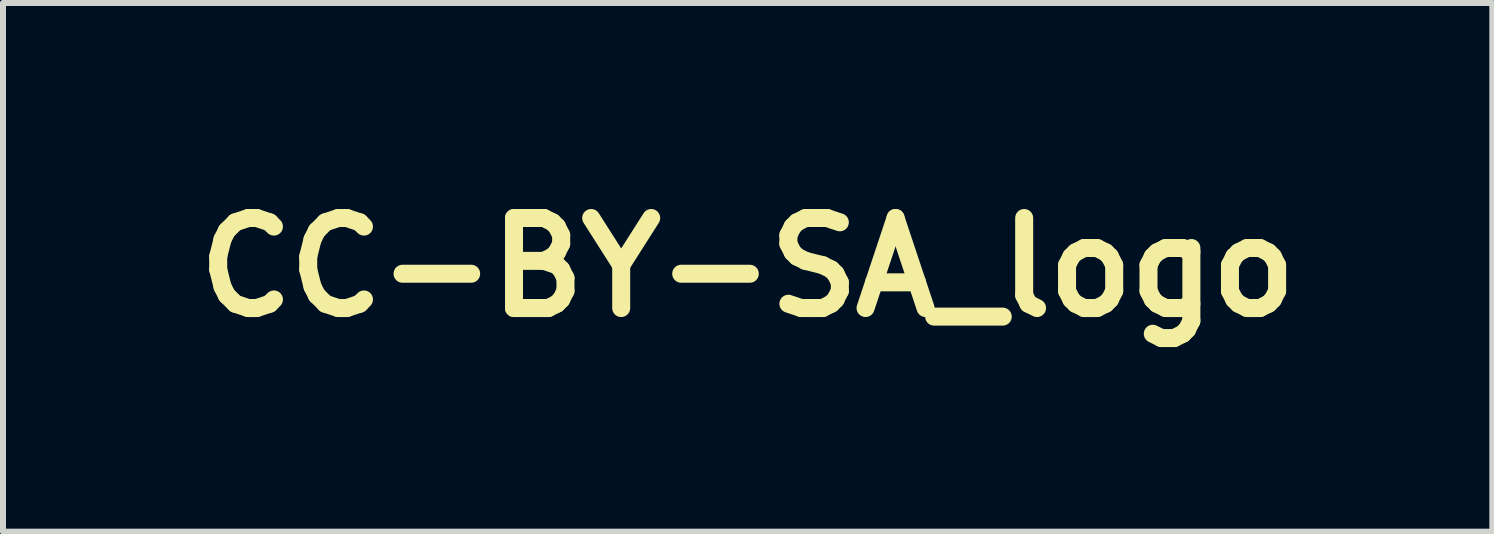
<source format=kicad_pcb>
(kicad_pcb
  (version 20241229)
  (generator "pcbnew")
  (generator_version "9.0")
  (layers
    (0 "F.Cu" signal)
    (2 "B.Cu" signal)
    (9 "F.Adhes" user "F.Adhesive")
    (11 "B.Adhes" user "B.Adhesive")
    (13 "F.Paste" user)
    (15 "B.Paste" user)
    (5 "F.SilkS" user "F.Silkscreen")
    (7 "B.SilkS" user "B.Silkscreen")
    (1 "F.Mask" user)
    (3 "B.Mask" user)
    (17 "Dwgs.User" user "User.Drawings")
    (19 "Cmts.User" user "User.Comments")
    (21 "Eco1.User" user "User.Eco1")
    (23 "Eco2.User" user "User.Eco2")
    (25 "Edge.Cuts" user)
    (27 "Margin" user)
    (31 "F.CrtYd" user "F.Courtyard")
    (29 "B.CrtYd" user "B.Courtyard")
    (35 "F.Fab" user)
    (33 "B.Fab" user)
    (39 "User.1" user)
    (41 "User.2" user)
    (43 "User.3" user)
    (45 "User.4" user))
  (footprint "CC-BY-SA_logo"
    (layer "F.Cu")
    (at 9.407 1.404)
    (property "Reference" "CC-BY-SA_logo" (at 0 0 0) (layer "F.SilkS") (effects (font (size 1.5 1.5) (thickness 0.3))))
    (attr board_only exclude_from_pos_files exclude_from_bom)
    (fp_poly (pts (xy 0.419 0.722) (xy 0.383 0.786) (xy 0.364 0.836) (xy 0.357 0.883) (xy 0.357 0.892) (xy 0.355 0.935) (xy 0.347 0.956) (xy 0.328 0.962) (xy 0.318 0.962) (xy 0.293 0.959) (xy 0.282 0.943) (xy 0.279 0.905) (xy 0.279 0.9) (xy 0.272 0.851) (xy 0.249 0.793) (xy 0.217 0.737) (xy 0.188 0.688) (xy 0.166 0.65) (xy 0.155 0.629) (xy 0.155 0.628) (xy 0.168 0.622) (xy 0.194 0.621) (xy 0.225 0.63) (xy 0.256 0.661) (xy 0.273 0.686) (xy 0.314 0.751) (xy 0.353 0.686) (xy 0.381 0.644) (xy 0.408 0.625) (xy 0.436 0.621) (xy 0.481 0.621)) (stroke (width 0) (type solid)) (fill yes) (layer "F.Mask"))
    (fp_poly (pts (xy 1.498 0.624) (xy 1.54 0.646) (xy 1.564 0.68) (xy 1.567 0.701) (xy 1.557 0.724) (xy 1.531 0.728) (xy 1.5 0.712) (xy 1.485 0.698) (xy 1.449 0.671) (xy 1.415 0.674) (xy 1.396 0.691) (xy 1.385 0.712) (xy 1.394 0.729) (xy 1.428 0.745) (xy 1.479 0.76) (xy 1.537 0.783) (xy 1.57 0.816) (xy 1.582 0.864) (xy 1.583 0.875) (xy 1.569 0.917) (xy 1.533 0.948) (xy 1.482 0.966) (xy 1.424 0.968) (xy 1.367 0.952) (xy 1.365 0.951) (xy 1.326 0.923) (xy 1.306 0.894) (xy 1.306 0.869) (xy 1.328 0.855) (xy 1.341 0.853) (xy 1.373 0.861) (xy 1.381 0.876) (xy 1.394 0.898) (xy 1.427 0.911) (xy 1.467 0.91) (xy 1.474 0.908) (xy 1.504 0.89) (xy 1.505 0.868) (xy 1.48 0.843) (xy 1.431 0.82) (xy 1.419 0.816) (xy 1.354 0.788) (xy 1.318 0.752) (xy 1.311 0.709) (xy 1.321 0.676) (xy 1.351 0.64) (xy 1.396 0.62) (xy 1.448 0.615)) (stroke (width 0) (type solid)) (fill yes) (layer "F.Mask"))
    (fp_poly (pts (xy 1.785 0.623) (xy 1.801 0.633) (xy 1.816 0.655) (xy 1.834 0.696) (xy 1.858 0.759) (xy 1.866 0.78) (xy 1.89 0.845) (xy 1.909 0.9) (xy 1.921 0.937) (xy 1.924 0.95) (xy 1.911 0.959) (xy 1.887 0.962) (xy 1.855 0.952) (xy 1.84 0.923) (xy 1.829 0.898) (xy 1.807 0.887) (xy 1.768 0.884) (xy 1.725 0.888) (xy 1.7 0.903) (xy 1.688 0.923) (xy 1.66 0.956) (xy 1.634 0.962) (xy 1.606 0.96) (xy 1.598 0.956) (xy 1.603 0.939) (xy 1.616 0.905) (xy 1.619 0.898) (xy 1.635 0.857) (xy 1.656 0.803) (xy 1.733 0.803) (xy 1.736 0.819) (xy 1.757 0.822) (xy 1.764 0.822) (xy 1.791 0.818) (xy 1.794 0.8) (xy 1.791 0.787) (xy 1.775 0.743) (xy 1.763 0.729) (xy 1.751 0.743) (xy 1.742 0.767) (xy 1.733 0.803) (xy 1.656 0.803) (xy 1.658 0.799) (xy 1.681 0.737) (xy 1.683 0.733) (xy 1.705 0.676) (xy 1.723 0.642) (xy 1.739 0.626) (xy 1.76 0.621) (xy 1.766 0.621)) (stroke (width 0) (type solid)) (fill yes) (layer "F.Mask"))
    (fp_poly (pts (xy 0.016 0.624) (xy 0.065 0.633) (xy 0.084 0.641) (xy 0.103 0.668) (xy 0.112 0.704) (xy 0.109 0.738) (xy 0.095 0.757) (xy 0.09 0.772) (xy 0.109 0.802) (xy 0.134 0.842) (xy 0.136 0.875) (xy 0.113 0.914) (xy 0.107 0.921) (xy 0.088 0.942) (xy 0.066 0.955) (xy 0.033 0.96) (xy -0.021 0.962) (xy -0.04 0.962) (xy -0.155 0.962) (xy -0.155 0.853) (xy -0.078 0.853) (xy -0.075 0.884) (xy -0.061 0.897) (xy -0.028 0.9) (xy -0.017 0.9) (xy 0.029 0.894) (xy 0.052 0.877) (xy 0.053 0.873) (xy 0.051 0.843) (xy 0.025 0.82) (xy -0.02 0.808) (xy -0.034 0.807) (xy -0.065 0.811) (xy -0.076 0.83) (xy -0.078 0.853) (xy -0.155 0.853) (xy -0.155 0.791) (xy -0.155 0.722) (xy -0.078 0.722) (xy -0.072 0.75) (xy -0.05 0.76) (xy -0.033 0.76) (xy 0.006 0.753) (xy 0.03 0.738) (xy 0.042 0.71) (xy 0.026 0.691) (xy -0.017 0.683) (xy -0.024 0.683) (xy -0.061 0.686) (xy -0.075 0.699) (xy -0.078 0.722) (xy -0.155 0.722) (xy -0.155 0.621) (xy -0.05 0.621)) (stroke (width 0) (type solid)) (fill yes) (layer "F.Mask"))
    (fp_poly (pts (xy 0.263 -0.792) (xy 0.337 -0.778) (xy 0.419 -0.741) (xy 0.5 -0.682) (xy 0.572 -0.608) (xy 0.627 -0.526) (xy 0.654 -0.461) (xy 0.674 -0.338) (xy 0.666 -0.22) (xy 0.633 -0.111) (xy 0.577 -0.014) (xy 0.501 0.067) (xy 0.406 0.13) (xy 0.296 0.169) (xy 0.202 0.181) (xy 0.126 0.182) (xy 0.065 0.174) (xy 0.006 0.155) (xy 0.003 0.154) (xy -0.099 0.098) (xy -0.184 0.018) (xy -0.25 -0.079) (xy -0.293 -0.189) (xy -0.31 -0.306) (xy -0.31 -0.315) (xy -0.307 -0.339) (xy 0.016 -0.339) (xy 0.016 -0.279) (xy 0.019 -0.242) (xy 0.027 -0.224) (xy 0.041 -0.216) (xy 0.05 -0.214) (xy 0.067 -0.21) (xy 0.077 -0.199) (xy 0.084 -0.175) (xy 0.087 -0.131) (xy 0.09 -0.066) (xy 0.094 0.078) (xy 0.187 0.078) (xy 0.279 0.078) (xy 0.279 -0.07) (xy 0.28 -0.138) (xy 0.282 -0.182) (xy 0.287 -0.205) (xy 0.296 -0.215) (xy 0.31 -0.217) (xy 0.325 -0.22) (xy 0.335 -0.231) (xy 0.339 -0.258) (xy 0.341 -0.306) (xy 0.341 -0.347) (xy 0.34 -0.414) (xy 0.336 -0.456) (xy 0.328 -0.478) (xy 0.317 -0.487) (xy 0.283 -0.494) (xy 0.232 -0.497) (xy 0.172 -0.496) (xy 0.113 -0.493) (xy 0.065 -0.488) (xy 0.037 -0.48) (xy 0.034 -0.478) (xy 0.024 -0.452) (xy 0.018 -0.401) (xy 0.016 -0.339) (xy -0.307 -0.339) (xy -0.296 -0.422) (xy -0.254 -0.527) (xy -0.193 -0.618) (xy 0.105 -0.618) (xy 0.113 -0.577) (xy 0.138 -0.544) (xy 0.177 -0.528) (xy 0.184 -0.528) (xy 0.213 -0.537) (xy 0.235 -0.553) (xy 0.259 -0.591) (xy 0.259 -0.631) (xy 0.239 -0.667) (xy 0.206 -0.689) (xy 0.163 -0.691) (xy 0.147 -0.685) (xy 0.115 -0.657) (xy 0.105 -0.618) (xy -0.193 -0.618) (xy -0.19 -0.622) (xy -0.108 -0.702) (xy -0.012 -0.76) (xy -0.01 -0.761) (xy 0.07 -0.785) (xy 0.165 -0.795)) (stroke (width 0) (type solid)) (fill yes) (layer "F.Mask"))
    (fp_poly (pts (xy 1.744 -0.792) (xy 1.858 -0.758) (xy 1.957 -0.701) (xy 2.039 -0.624) (xy 2.101 -0.53) (xy 2.141 -0.426) (xy 2.156 -0.313) (xy 2.144 -0.198) (xy 2.125 -0.132) (xy 2.07 -0.029) (xy 1.993 0.056) (xy 1.899 0.122) (xy 1.793 0.166) (xy 1.679 0.186) (xy 1.563 0.178) (xy 1.523 0.168) (xy 1.419 0.123) (xy 1.329 0.054) (xy 1.256 -0.035) (xy 1.203 -0.137) (xy 1.176 -0.247) (xy 1.173 -0.295) (xy 1.178 -0.387) (xy 1.377 -0.387) (xy 1.38 -0.372) (xy 1.401 -0.345) (xy 1.417 -0.329) (xy 1.468 -0.279) (xy 1.521 -0.334) (xy 1.547 -0.364) (xy 1.559 -0.384) (xy 1.556 -0.388) (xy 1.545 -0.398) (xy 1.549 -0.423) (xy 1.566 -0.452) (xy 1.588 -0.474) (xy 1.645 -0.496) (xy 1.704 -0.492) (xy 1.757 -0.464) (xy 1.792 -0.419) (xy 1.812 -0.355) (xy 1.815 -0.285) (xy 1.801 -0.218) (xy 1.773 -0.16) (xy 1.733 -0.12) (xy 1.707 -0.108) (xy 1.652 -0.104) (xy 1.603 -0.117) (xy 1.568 -0.144) (xy 1.558 -0.163) (xy 1.549 -0.187) (xy 1.53 -0.198) (xy 1.493 -0.202) (xy 1.472 -0.202) (xy 1.424 -0.199) (xy 1.401 -0.188) (xy 1.402 -0.162) (xy 1.421 -0.115) (xy 1.422 -0.115) (xy 1.47 -0.047) (xy 1.536 -0.002) (xy 1.619 0.018) (xy 1.716 0.013) (xy 1.779 -0.002) (xy 1.83 -0.03) (xy 1.882 -0.078) (xy 1.926 -0.136) (xy 1.953 -0.195) (xy 1.954 -0.197) (xy 1.968 -0.263) (xy 1.968 -0.323) (xy 1.953 -0.393) (xy 1.947 -0.415) (xy 1.908 -0.497) (xy 1.846 -0.561) (xy 1.767 -0.602) (xy 1.674 -0.618) (xy 1.626 -0.617) (xy 1.551 -0.6) (xy 1.492 -0.563) (xy 1.444 -0.502) (xy 1.427 -0.472) (xy 1.404 -0.428) (xy 1.385 -0.397) (xy 1.377 -0.387) (xy 1.178 -0.387) (xy 1.179 -0.398) (xy 1.202 -0.484) (xy 1.245 -0.564) (xy 1.269 -0.597) (xy 1.356 -0.688) (xy 1.457 -0.752) (xy 1.569 -0.789) (xy 1.69 -0.798)) (stroke (width 0) (type solid)) (fill yes) (layer "F.Mask"))
    (fp_poly (pts (xy -1.884 -0.715) (xy -1.776 -0.683) (xy -1.752 -0.672) (xy -1.629 -0.599) (xy -1.527 -0.504) (xy -1.448 -0.391) (xy -1.394 -0.263) (xy -1.368 -0.125) (xy -1.366 -0.069) (xy -1.38 0.071) (xy -1.421 0.2) (xy -1.486 0.315) (xy -1.571 0.414) (xy -1.675 0.494) (xy -1.793 0.553) (xy -1.922 0.589) (xy -2.061 0.597) (xy -2.139 0.59) (xy -2.253 0.558) (xy -2.366 0.501) (xy -2.471 0.423) (xy -2.559 0.329) (xy -2.624 0.23) (xy -2.673 0.1) (xy -2.693 -0.029) (xy -2.486 -0.029) (xy -2.477 0.028) (xy -2.456 0.074) (xy -2.441 0.094) (xy -2.374 0.152) (xy -2.298 0.181) (xy -2.216 0.181) (xy -2.141 0.155) (xy -2.099 0.128) (xy -2.068 0.1) (xy -2.063 0.092) (xy -2.051 0.068) (xy -2.055 0.054) (xy -2.079 0.039) (xy -2.091 0.032) (xy -2.121 0.023) (xy -2.148 0.032) (xy -2.167 0.046) (xy -2.221 0.075) (xy -2.27 0.075) (xy -2.309 0.049) (xy -2.335 -0.000382) (xy -2.341 -0.045) (xy -2.014 -0.045) (xy -2.003 0.024) (xy -1.983 0.079) (xy -1.976 0.09) (xy -1.918 0.144) (xy -1.844 0.177) (xy -1.764 0.184) (xy -1.696 0.17) (xy -1.653 0.147) (xy -1.614 0.116) (xy -1.588 0.086) (xy -1.583 0.07) (xy -1.595 0.051) (xy -1.624 0.033) (xy -1.657 0.023) (xy -1.683 0.033) (xy -1.698 0.046) (xy -1.745 0.074) (xy -1.792 0.074) (xy -1.832 0.051) (xy -1.863 0.006) (xy -1.877 -0.055) (xy -1.877 -0.07) (xy -1.867 -0.131) (xy -1.84 -0.177) (xy -1.803 -0.206) (xy -1.759 -0.213) (xy -1.716 -0.195) (xy -1.707 -0.186) (xy -1.679 -0.164) (xy -1.653 -0.162) (xy -1.627 -0.172) (xy -1.595 -0.194) (xy -1.589 -0.221) (xy -1.606 -0.25) (xy -1.641 -0.276) (xy -1.691 -0.297) (xy -1.752 -0.309) (xy -1.786 -0.31) (xy -1.842 -0.308) (xy -1.881 -0.298) (xy -1.915 -0.276) (xy -1.929 -0.264) (xy -1.967 -0.224) (xy -1.996 -0.181) (xy -2.002 -0.171) (xy -2.014 -0.114) (xy -2.014 -0.045) (xy -2.341 -0.045) (xy -2.343 -0.063) (xy -2.339 -0.117) (xy -2.325 -0.154) (xy -2.305 -0.179) (xy -2.266 -0.21) (xy -2.232 -0.214) (xy -2.191 -0.192) (xy -2.181 -0.185) (xy -2.149 -0.163) (xy -2.12 -0.162) (xy -2.094 -0.171) (xy -2.059 -0.189) (xy -2.05 -0.207) (xy -2.065 -0.232) (xy -2.068 -0.235) (xy -2.121 -0.282) (xy -2.189 -0.306) (xy -2.249 -0.31) (xy -2.339 -0.298) (xy -2.408 -0.263) (xy -2.457 -0.207) (xy -2.482 -0.131) (xy -2.484 -0.107) (xy -2.486 -0.029) (xy -2.693 -0.029) (xy -2.693 -0.032) (xy -2.686 -0.163) (xy -2.654 -0.289) (xy -2.598 -0.407) (xy -2.519 -0.513) (xy -2.419 -0.604) (xy -2.3 -0.674) (xy -2.221 -0.705) (xy -2.118 -0.727) (xy -2.002 -0.729)) (stroke (width 0) (type solid)) (fill yes) (layer "F.Mask"))
    (fp_poly (pts (xy 3.088 -0.295) (xy 3.088 0.45) (xy 0.935 0.45) (xy -1.218 0.45) (xy -1.261 0.519) (xy -1.314 0.587) (xy -1.385 0.661) (xy -1.465 0.732) (xy -1.547 0.791) (xy -1.591 0.817) (xy -1.744 0.882) (xy -1.903 0.92) (xy -2.064 0.929) (xy -2.222 0.91) (xy -2.281 0.895) (xy -2.352 0.871) (xy -2.425 0.841) (xy -2.482 0.814) (xy -2.565 0.76) (xy -2.652 0.688) (xy -2.731 0.608) (xy -2.792 0.531) (xy -2.795 0.526) (xy -2.845 0.45) (xy -2.958 0.45) (xy -3.072 0.45) (xy -3.072 -0.128) (xy -2.834 -0.128) (xy -2.83 0.02) (xy -2.801 0.164) (xy -2.748 0.301) (xy -2.672 0.422) (xy -2.659 0.438) (xy -2.585 0.515) (xy -2.497 0.588) (xy -2.406 0.649) (xy -2.344 0.681) (xy -2.219 0.72) (xy -2.081 0.739) (xy -1.942 0.737) (xy -1.85 0.721) (xy -1.706 0.673) (xy -1.574 0.598) (xy -1.458 0.502) (xy -1.362 0.388) (xy -1.289 0.259) (xy -1.25 0.147) (xy -1.23 0.026) (xy -1.227 -0.104) (xy -1.242 -0.235) (xy -1.265 -0.324) (xy -0.414 -0.324) (xy -0.405 -0.205) (xy -0.37 -0.081) (xy -0.313 0.026) (xy -0.238 0.114) (xy -0.131 0.201) (xy -0.014 0.259) (xy 0.113 0.288) (xy 0.247 0.287) (xy 0.296 0.279) (xy 0.424 0.24) (xy 0.536 0.176) (xy 0.63 0.09) (xy 0.703 -0.013) (xy 0.751 -0.132) (xy 0.773 -0.263) (xy 0.772 -0.31) (xy 1.078 -0.31) (xy 1.079 -0.233) (xy 1.083 -0.177) (xy 1.091 -0.133) (xy 1.105 -0.092) (xy 1.12 -0.058) (xy 1.19 0.055) (xy 1.28 0.149) (xy 1.386 0.22) (xy 1.506 0.268) (xy 1.633 0.289) (xy 1.763 0.282) (xy 1.787 0.277) (xy 1.915 0.235) (xy 2.028 0.166) (xy 2.086 0.115) (xy 2.168 0.014) (xy 2.223 -0.1) (xy 2.25 -0.204) (xy 2.258 -0.338) (xy 2.238 -0.467) (xy 2.191 -0.586) (xy 2.119 -0.693) (xy 2.023 -0.782) (xy 1.927 -0.841) (xy 1.878 -0.864) (xy 1.838 -0.879) (xy 1.796 -0.888) (xy 1.745 -0.891) (xy 1.673 -0.892) (xy 1.661 -0.892) (xy 1.584 -0.891) (xy 1.529 -0.888) (xy 1.486 -0.88) (xy 1.447 -0.867) (xy 1.41 -0.849) (xy 1.314 -0.788) (xy 1.225 -0.706) (xy 1.151 -0.61) (xy 1.124 -0.563) (xy 1.103 -0.519) (xy 1.09 -0.481) (xy 1.082 -0.44) (xy 1.079 -0.385) (xy 1.078 -0.31) (xy 0.772 -0.31) (xy 0.771 -0.388) (xy 0.749 -0.496) (xy 0.705 -0.596) (xy 0.68 -0.636) (xy 0.593 -0.741) (xy 0.49 -0.82) (xy 0.371 -0.871) (xy 0.238 -0.896) (xy 0.147 -0.898) (xy 0.072 -0.892) (xy 0.013 -0.88) (xy -0.046 -0.858) (xy -0.081 -0.841) (xy -0.192 -0.77) (xy -0.283 -0.679) (xy -0.352 -0.571) (xy -0.396 -0.451) (xy -0.414 -0.324) (xy -1.265 -0.324) (xy -1.273 -0.357) (xy -1.318 -0.458) (xy -1.406 -0.584) (xy -1.515 -0.692) (xy -1.639 -0.777) (xy -1.774 -0.836) (xy -1.781 -0.838) (xy -1.89 -0.861) (xy -2.013 -0.87) (xy -2.137 -0.865) (xy -2.251 -0.846) (xy -2.3 -0.831) (xy -2.422 -0.774) (xy -2.538 -0.691) (xy -2.642 -0.589) (xy -2.727 -0.474) (xy -2.763 -0.409) (xy -2.812 -0.273) (xy -2.834 -0.128) (xy -3.072 -0.128) (xy -3.072 -0.295) (xy -3.072 -1.04) (xy 0.008 -1.04) (xy 3.088 -1.04)) (stroke (width 0) (type solid)) (fill yes) (layer "F.Mask")))
  (gr_rect
    (start -3 -3)
    (end 21.814 5.808)
    (stroke (width 0.1) (type default))
    (fill no)
    (layer "Edge.Cuts")))
</source>
